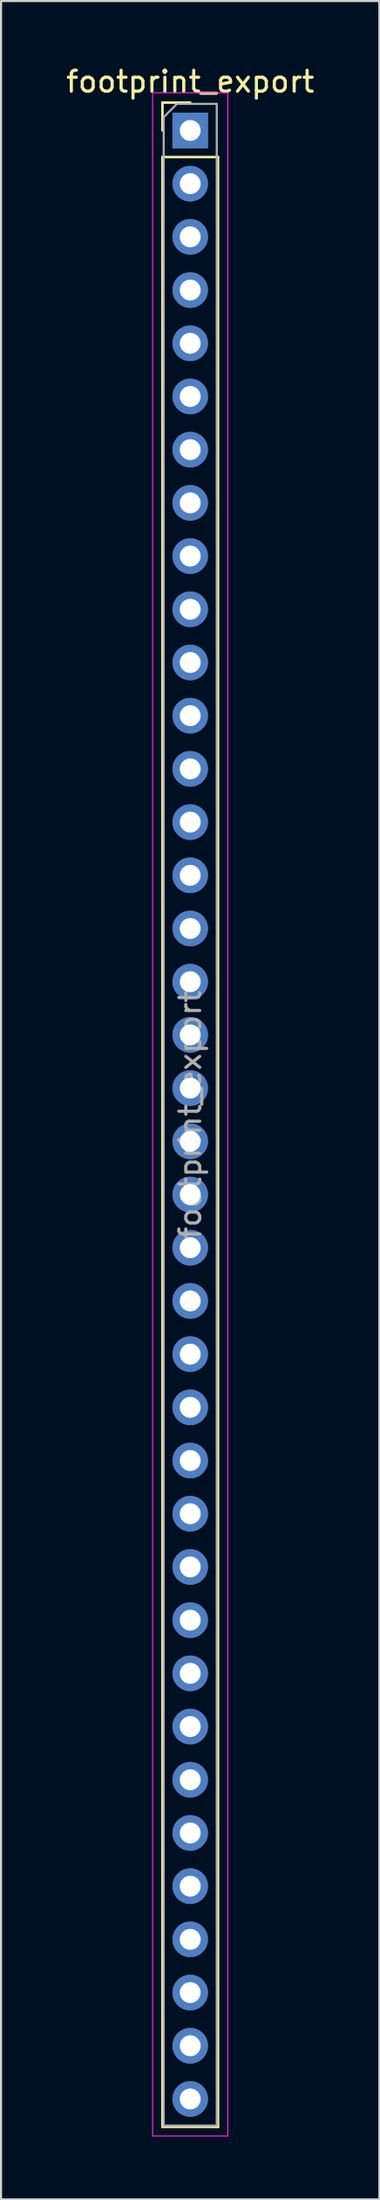
<source format=kicad_pcb>
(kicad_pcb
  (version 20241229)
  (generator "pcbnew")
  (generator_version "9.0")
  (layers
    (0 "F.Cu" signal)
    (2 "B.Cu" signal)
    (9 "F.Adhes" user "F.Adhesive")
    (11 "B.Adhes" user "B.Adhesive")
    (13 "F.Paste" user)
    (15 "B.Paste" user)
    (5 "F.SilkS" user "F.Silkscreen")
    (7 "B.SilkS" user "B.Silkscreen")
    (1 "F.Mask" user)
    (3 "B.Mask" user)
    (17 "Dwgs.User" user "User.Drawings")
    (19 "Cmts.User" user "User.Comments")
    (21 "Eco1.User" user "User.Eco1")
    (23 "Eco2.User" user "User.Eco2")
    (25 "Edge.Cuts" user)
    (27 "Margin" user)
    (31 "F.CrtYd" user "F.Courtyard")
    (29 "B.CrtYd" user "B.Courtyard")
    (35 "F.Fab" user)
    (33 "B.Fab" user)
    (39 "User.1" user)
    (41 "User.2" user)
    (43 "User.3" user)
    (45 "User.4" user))
  (footprint "footprint_export"
    (layer "F.Cu")
    (at 6.054 3.178)
    (property "Reference" "footprint_export" (at 0 -2.33 0) (layer "F.SilkS") (effects (font (size 1 1) (thickness 0.15))))
    (attr through_hole)
    (fp_line (start -1.33 -1.33) (end 0 -1.33) (stroke (width 0.12) (type solid)) (layer "F.SilkS"))
    (fp_line (start -1.33 0) (end -1.33 -1.33) (stroke (width 0.12) (type solid)) (layer "F.SilkS"))
    (fp_line (start -1.33 1.27) (end -1.33 95.31) (stroke (width 0.12) (type solid)) (layer "F.SilkS"))
    (fp_line (start -1.33 1.27) (end 1.33 1.27) (stroke (width 0.12) (type solid)) (layer "F.SilkS"))
    (fp_line (start -1.33 95.31) (end 1.33 95.31) (stroke (width 0.12) (type solid)) (layer "F.SilkS"))
    (fp_line (start 1.33 1.27) (end 1.33 95.31) (stroke (width 0.12) (type solid)) (layer "F.SilkS"))
    (fp_line (start -1.8 -1.8) (end -1.8 95.75) (stroke (width 0.05) (type solid)) (layer "F.CrtYd"))
    (fp_line (start -1.8 95.75) (end 1.8 95.75) (stroke (width 0.05) (type solid)) (layer "F.CrtYd"))
    (fp_line (start 1.8 -1.8) (end -1.8 -1.8) (stroke (width 0.05) (type solid)) (layer "F.CrtYd"))
    (fp_line (start 1.8 95.75) (end 1.8 -1.8) (stroke (width 0.05) (type solid)) (layer "F.CrtYd"))
    (fp_line (start -1.27 -0.635) (end -0.635 -1.27) (stroke (width 0.1) (type solid)) (layer "F.Fab"))
    (fp_line (start -1.27 95.25) (end -1.27 -0.635) (stroke (width 0.1) (type solid)) (layer "F.Fab"))
    (fp_line (start -0.635 -1.27) (end 1.27 -1.27) (stroke (width 0.1) (type solid)) (layer "F.Fab"))
    (fp_line (start 1.27 -1.27) (end 1.27 95.25) (stroke (width 0.1) (type solid)) (layer "F.Fab"))
    (fp_line (start 1.27 95.25) (end -1.27 95.25) (stroke (width 0.1) (type solid)) (layer "F.Fab"))
    (fp_text user "${REFERENCE}" (at 0 46.99 90) (layer "F.Fab") (effects (font (size 1 1) (thickness 0.15))))
    (pad "1" thru_hole rect (at 0 0) (size 1.7 1.7) (drill 1) (layers "*.Cu" "*.Mask"))
    (pad "2" thru_hole oval (at 0 2.54) (size 1.7 1.7) (drill 1) (layers "*.Cu" "*.Mask"))
    (pad "3" thru_hole oval (at 0 5.08) (size 1.7 1.7) (drill 1) (layers "*.Cu" "*.Mask"))
    (pad "4" thru_hole oval (at 0 7.62) (size 1.7 1.7) (drill 1) (layers "*.Cu" "*.Mask"))
    (pad "5" thru_hole oval (at 0 10.16) (size 1.7 1.7) (drill 1) (layers "*.Cu" "*.Mask"))
    (pad "6" thru_hole oval (at 0 12.7) (size 1.7 1.7) (drill 1) (layers "*.Cu" "*.Mask"))
    (pad "7" thru_hole oval (at 0 15.24) (size 1.7 1.7) (drill 1) (layers "*.Cu" "*.Mask"))
    (pad "8" thru_hole oval (at 0 17.78) (size 1.7 1.7) (drill 1) (layers "*.Cu" "*.Mask"))
    (pad "9" thru_hole oval (at 0 20.32) (size 1.7 1.7) (drill 1) (layers "*.Cu" "*.Mask"))
    (pad "10" thru_hole oval (at 0 22.86) (size 1.7 1.7) (drill 1) (layers "*.Cu" "*.Mask"))
    (pad "11" thru_hole oval (at 0 25.4) (size 1.7 1.7) (drill 1) (layers "*.Cu" "*.Mask"))
    (pad "12" thru_hole oval (at 0 27.94) (size 1.7 1.7) (drill 1) (layers "*.Cu" "*.Mask"))
    (pad "13" thru_hole oval (at 0 30.48) (size 1.7 1.7) (drill 1) (layers "*.Cu" "*.Mask"))
    (pad "14" thru_hole oval (at 0 33.02) (size 1.7 1.7) (drill 1) (layers "*.Cu" "*.Mask"))
    (pad "15" thru_hole oval (at 0 35.56) (size 1.7 1.7) (drill 1) (layers "*.Cu" "*.Mask"))
    (pad "16" thru_hole oval (at 0 38.1) (size 1.7 1.7) (drill 1) (layers "*.Cu" "*.Mask"))
    (pad "17" thru_hole oval (at 0 40.64) (size 1.7 1.7) (drill 1) (layers "*.Cu" "*.Mask"))
    (pad "18" thru_hole oval (at 0 43.18) (size 1.7 1.7) (drill 1) (layers "*.Cu" "*.Mask"))
    (pad "19" thru_hole oval (at 0 45.72) (size 1.7 1.7) (drill 1) (layers "*.Cu" "*.Mask"))
    (pad "20" thru_hole oval (at 0 48.26) (size 1.7 1.7) (drill 1) (layers "*.Cu" "*.Mask"))
    (pad "21" thru_hole oval (at 0 50.8) (size 1.7 1.7) (drill 1) (layers "*.Cu" "*.Mask"))
    (pad "22" thru_hole oval (at 0 53.34) (size 1.7 1.7) (drill 1) (layers "*.Cu" "*.Mask"))
    (pad "23" thru_hole oval (at 0 55.88) (size 1.7 1.7) (drill 1) (layers "*.Cu" "*.Mask"))
    (pad "24" thru_hole oval (at 0 58.42) (size 1.7 1.7) (drill 1) (layers "*.Cu" "*.Mask"))
    (pad "25" thru_hole oval (at 0 60.96) (size 1.7 1.7) (drill 1) (layers "*.Cu" "*.Mask"))
    (pad "26" thru_hole oval (at 0 63.5) (size 1.7 1.7) (drill 1) (layers "*.Cu" "*.Mask"))
    (pad "27" thru_hole oval (at 0 66.04) (size 1.7 1.7) (drill 1) (layers "*.Cu" "*.Mask"))
    (pad "28" thru_hole oval (at 0 68.58) (size 1.7 1.7) (drill 1) (layers "*.Cu" "*.Mask"))
    (pad "29" thru_hole oval (at 0 71.12) (size 1.7 1.7) (drill 1) (layers "*.Cu" "*.Mask"))
    (pad "30" thru_hole oval (at 0 73.66) (size 1.7 1.7) (drill 1) (layers "*.Cu" "*.Mask"))
    (pad "31" thru_hole oval (at 0 76.2) (size 1.7 1.7) (drill 1) (layers "*.Cu" "*.Mask"))
    (pad "32" thru_hole oval (at 0 78.74) (size 1.7 1.7) (drill 1) (layers "*.Cu" "*.Mask"))
    (pad "33" thru_hole oval (at 0 81.28) (size 1.7 1.7) (drill 1) (layers "*.Cu" "*.Mask"))
    (pad "34" thru_hole oval (at 0 83.82) (size 1.7 1.7) (drill 1) (layers "*.Cu" "*.Mask"))
    (pad "35" thru_hole oval (at 0 86.36) (size 1.7 1.7) (drill 1) (layers "*.Cu" "*.Mask"))
    (pad "36" thru_hole oval (at 0 88.9) (size 1.7 1.7) (drill 1) (layers "*.Cu" "*.Mask"))
    (pad "37" thru_hole oval (at 0 91.44) (size 1.7 1.7) (drill 1) (layers "*.Cu" "*.Mask"))
    (pad "38" thru_hole oval (at 0 93.98) (size 1.7 1.7) (drill 1) (layers "*.Cu" "*.Mask")))
  (gr_rect
    (start -3 -3)
    (end 15.107 101.953)
    (stroke (width 0.1) (type default))
    (fill no)
    (layer "Edge.Cuts")))
</source>
